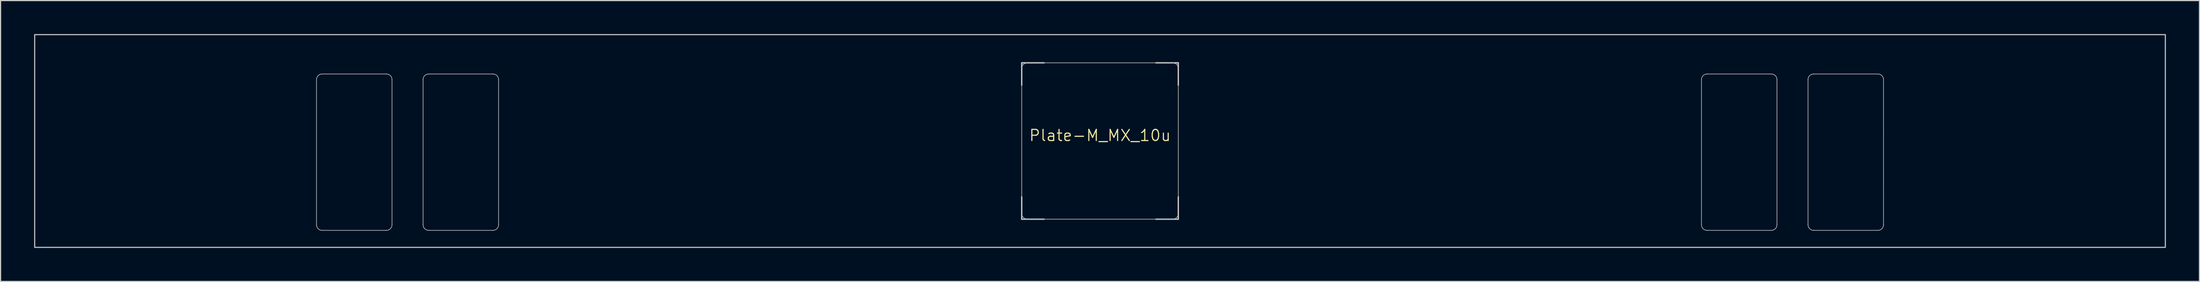
<source format=kicad_pcb>
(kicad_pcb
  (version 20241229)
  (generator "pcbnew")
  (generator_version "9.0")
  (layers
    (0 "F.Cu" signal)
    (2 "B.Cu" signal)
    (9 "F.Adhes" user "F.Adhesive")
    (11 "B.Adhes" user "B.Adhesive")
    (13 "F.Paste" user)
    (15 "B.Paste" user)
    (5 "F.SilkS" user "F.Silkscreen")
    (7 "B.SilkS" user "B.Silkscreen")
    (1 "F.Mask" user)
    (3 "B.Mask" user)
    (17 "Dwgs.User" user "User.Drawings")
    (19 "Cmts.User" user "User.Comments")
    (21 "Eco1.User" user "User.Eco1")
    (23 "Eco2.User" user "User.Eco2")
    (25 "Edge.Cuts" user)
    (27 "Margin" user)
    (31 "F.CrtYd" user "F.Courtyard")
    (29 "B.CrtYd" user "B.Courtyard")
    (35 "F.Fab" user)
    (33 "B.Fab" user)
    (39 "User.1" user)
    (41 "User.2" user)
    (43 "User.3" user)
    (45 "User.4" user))
  (footprint "Plate-M_MX_10u"
    (layer "F.Cu")
    (at 95.3 9.575)
    (property "Reference" "Plate-M_MX_10u" (at 0 -0.5 0) (unlocked yes) (layer "F.SilkS") (effects (font (size 1 1) (thickness 0.1))))
    (attr exclude_from_pos_files exclude_from_bom allow_missing_courtyard)
    (fp_line (start -70.05 -5.5) (end -70.05 7.5) (stroke (width 1.1) (type solid)) (layer "F.Mask"))
    (fp_line (start -69.55 -6) (end -63.8 -6) (stroke (width 1.1) (type solid)) (layer "F.Mask"))
    (fp_line (start -69.55 8) (end -63.8 8) (stroke (width 1.1) (type solid)) (layer "F.Mask"))
    (fp_line (start -63.3 -5.5) (end -63.3 7.5) (stroke (width 1.1) (type solid)) (layer "F.Mask"))
    (fp_line (start -60.525 -5.5) (end -60.525 7.5) (stroke (width 1.1) (type solid)) (layer "F.Mask"))
    (fp_line (start -60.025 -6) (end -54.275 -6) (stroke (width 1.1) (type solid)) (layer "F.Mask"))
    (fp_line (start -60.025 8) (end -54.275 8) (stroke (width 1.1) (type solid)) (layer "F.Mask"))
    (fp_line (start -53.775 -5.5) (end -53.775 7.5) (stroke (width 1.1) (type solid)) (layer "F.Mask"))
    (fp_line (start -7 -6.5) (end -7 6.5) (stroke (width 1.1) (type solid)) (layer "F.Mask"))
    (fp_line (start -6.5 7) (end 6.5 7) (stroke (width 1.1) (type solid)) (layer "F.Mask"))
    (fp_line (start 6.5 -7) (end -6.5 -7) (stroke (width 1.1) (type solid)) (layer "F.Mask"))
    (fp_line (start 7 6.5) (end 7 -6.5) (stroke (width 1.1) (type solid)) (layer "F.Mask"))
    (fp_line (start 53.775 -5.5) (end 53.775 7.5) (stroke (width 1.1) (type solid)) (layer "F.Mask"))
    (fp_line (start 54.275 -6) (end 60.025 -6) (stroke (width 1.1) (type solid)) (layer "F.Mask"))
    (fp_line (start 54.275 8) (end 60.025 8) (stroke (width 1.1) (type solid)) (layer "F.Mask"))
    (fp_line (start 60.525 -5.5) (end 60.525 7.5) (stroke (width 1.1) (type solid)) (layer "F.Mask"))
    (fp_line (start 63.3 -5.5) (end 63.3 7.5) (stroke (width 1.1) (type solid)) (layer "F.Mask"))
    (fp_line (start 63.8 -6) (end 69.55 -6) (stroke (width 1.1) (type solid)) (layer "F.Mask"))
    (fp_line (start 63.8 8) (end 69.55 8) (stroke (width 1.1) (type solid)) (layer "F.Mask"))
    (fp_line (start 70.05 -5.5) (end 70.05 7.5) (stroke (width 1.1) (type solid)) (layer "F.Mask"))
    (fp_arc (start -70.05 -5.499999) (mid -69.903553 -5.853552) (end -69.55 -5.999999) (stroke (width 1.1) (type solid)) (layer "F.Mask"))
    (fp_arc (start -69.55 8.000001) (mid -69.903553 7.853554) (end -70.05 7.500001) (stroke (width 1.1) (type solid)) (layer "F.Mask"))
    (fp_arc (start -63.8 -5.999999) (mid -63.446447 -5.853552) (end -63.3 -5.499999) (stroke (width 1.1) (type solid)) (layer "F.Mask"))
    (fp_arc (start -63.3 7.500001) (mid -63.446447 7.853554) (end -63.8 8.000001) (stroke (width 1.1) (type solid)) (layer "F.Mask"))
    (fp_arc (start -60.525 -5.499999) (mid -60.378553 -5.853552) (end -60.025 -5.999999) (stroke (width 1.1) (type solid)) (layer "F.Mask"))
    (fp_arc (start -60.025 8.000001) (mid -60.378553 7.853554) (end -60.525 7.500001) (stroke (width 1.1) (type solid)) (layer "F.Mask"))
    (fp_arc (start -54.275 -5.999999) (mid -53.921447 -5.853552) (end -53.775 -5.499999) (stroke (width 1.1) (type solid)) (layer "F.Mask"))
    (fp_arc (start -53.775 7.500001) (mid -53.921447 7.853554) (end -54.275 8.000001) (stroke (width 1.1) (type solid)) (layer "F.Mask"))
    (fp_arc (start -7 -6.5) (mid -6.853554 -6.853554) (end -6.5 -7) (stroke (width 1.1) (type solid)) (layer "F.Mask"))
    (fp_arc (start -6.497236 6.998884) (mid -6.85079 6.852438) (end -6.997236 6.498884) (stroke (width 1.1) (type solid)) (layer "F.Mask"))
    (fp_arc (start 6.5 -7) (mid 6.853554 -6.853554) (end 7 -6.5) (stroke (width 1.1) (type solid)) (layer "F.Mask"))
    (fp_arc (start 7 6.5) (mid 6.853554 6.853554) (end 6.5 7) (stroke (width 1.1) (type solid)) (layer "F.Mask"))
    (fp_arc (start 53.775 -5.499999) (mid 53.921447 -5.853552) (end 54.275 -5.999999) (stroke (width 1.1) (type solid)) (layer "F.Mask"))
    (fp_arc (start 54.275 8.000001) (mid 53.921447 7.853554) (end 53.775 7.500001) (stroke (width 1.1) (type solid)) (layer "F.Mask"))
    (fp_arc (start 60.025 -5.999999) (mid 60.378553 -5.853552) (end 60.525 -5.499999) (stroke (width 1.1) (type solid)) (layer "F.Mask"))
    (fp_arc (start 60.525 7.500001) (mid 60.378553 7.853554) (end 60.025 8.000001) (stroke (width 1.1) (type solid)) (layer "F.Mask"))
    (fp_arc (start 63.3 -5.499999) (mid 63.446447 -5.853552) (end 63.8 -5.999999) (stroke (width 1.1) (type solid)) (layer "F.Mask"))
    (fp_arc (start 63.8 8.000001) (mid 63.446447 7.853554) (end 63.3 7.500001) (stroke (width 1.1) (type solid)) (layer "F.Mask"))
    (fp_arc (start 69.55 -5.999999) (mid 69.903553 -5.853552) (end 70.05 -5.499999) (stroke (width 1.1) (type solid)) (layer "F.Mask"))
    (fp_arc (start 70.05 7.500001) (mid 69.903553 7.853554) (end 69.55 8.000001) (stroke (width 1.1) (type solid)) (layer "F.Mask"))
    (fp_line (start -70.05 -5.5) (end -70.05 7.5) (stroke (width 1.1) (type solid)) (layer "B.Mask"))
    (fp_line (start -63.8 -6) (end -69.55 -6) (stroke (width 1.1) (type solid)) (layer "B.Mask"))
    (fp_line (start -63.8 8) (end -69.55 8) (stroke (width 1.1) (type solid)) (layer "B.Mask"))
    (fp_line (start -63.3 -5.5) (end -63.3 7.5) (stroke (width 1.1) (type solid)) (layer "B.Mask"))
    (fp_line (start -60.525 -5.5) (end -60.525 7.5) (stroke (width 1.1) (type solid)) (layer "B.Mask"))
    (fp_line (start -54.275 -6) (end -60.025 -6) (stroke (width 1.1) (type solid)) (layer "B.Mask"))
    (fp_line (start -54.275 8) (end -60.025 8) (stroke (width 1.1) (type solid)) (layer "B.Mask"))
    (fp_line (start -53.775 -5.5) (end -53.775 7.5) (stroke (width 1.1) (type solid)) (layer "B.Mask"))
    (fp_line (start -7 6.5) (end -7 -6.5) (stroke (width 1.1) (type solid)) (layer "B.Mask"))
    (fp_line (start -6.5 -7) (end 6.5 -7) (stroke (width 1.1) (type solid)) (layer "B.Mask"))
    (fp_line (start 6.5 7) (end -6.5 7) (stroke (width 1.1) (type solid)) (layer "B.Mask"))
    (fp_line (start 7 -6.5) (end 7 6.5) (stroke (width 1.1) (type solid)) (layer "B.Mask"))
    (fp_line (start 53.775 -5.5) (end 53.775 7.5) (stroke (width 1.1) (type solid)) (layer "B.Mask"))
    (fp_line (start 60.025 -6) (end 54.275 -6) (stroke (width 1.1) (type solid)) (layer "B.Mask"))
    (fp_line (start 60.025 8) (end 54.275 8) (stroke (width 1.1) (type solid)) (layer "B.Mask"))
    (fp_line (start 60.525 -5.5) (end 60.525 7.5) (stroke (width 1.1) (type solid)) (layer "B.Mask"))
    (fp_line (start 63.3 -5.5) (end 63.3 7.5) (stroke (width 1.1) (type solid)) (layer "B.Mask"))
    (fp_line (start 69.55 -6) (end 63.8 -6) (stroke (width 1.1) (type solid)) (layer "B.Mask"))
    (fp_line (start 69.55 8) (end 63.8 8) (stroke (width 1.1) (type solid)) (layer "B.Mask"))
    (fp_line (start 70.05 -5.5) (end 70.05 7.5) (stroke (width 1.1) (type solid)) (layer "B.Mask"))
    (fp_arc (start -70.05 -5.499999) (mid -69.903553 -5.853552) (end -69.55 -5.999999) (stroke (width 1.1) (type solid)) (layer "B.Mask"))
    (fp_arc (start -69.55 8.000001) (mid -69.903553 7.853554) (end -70.05 7.500001) (stroke (width 1.1) (type solid)) (layer "B.Mask"))
    (fp_arc (start -63.8 -5.999999) (mid -63.446447 -5.853552) (end -63.3 -5.499999) (stroke (width 1.1) (type solid)) (layer "B.Mask"))
    (fp_arc (start -63.3 7.500001) (mid -63.446447 7.853554) (end -63.8 8.000001) (stroke (width 1.1) (type solid)) (layer "B.Mask"))
    (fp_arc (start -60.525 -5.499999) (mid -60.378553 -5.853552) (end -60.025 -5.999999) (stroke (width 1.1) (type solid)) (layer "B.Mask"))
    (fp_arc (start -60.025 8.000001) (mid -60.378553 7.853554) (end -60.525 7.500001) (stroke (width 1.1) (type solid)) (layer "B.Mask"))
    (fp_arc (start -54.275 -5.999999) (mid -53.921447 -5.853552) (end -53.775 -5.499999) (stroke (width 1.1) (type solid)) (layer "B.Mask"))
    (fp_arc (start -53.775 7.500001) (mid -53.921447 7.853554) (end -54.275 8.000001) (stroke (width 1.1) (type solid)) (layer "B.Mask"))
    (fp_arc (start -7 -6.5) (mid -6.853553 -6.853553) (end -6.5 -7) (stroke (width 1.1) (type solid)) (layer "B.Mask"))
    (fp_arc (start -6.5 7) (mid -6.853553 6.853553) (end -7 6.5) (stroke (width 1.1) (type solid)) (layer "B.Mask"))
    (fp_arc (start 6.5 -7) (mid 6.853554 -6.853554) (end 7 -6.5) (stroke (width 1.1) (type solid)) (layer "B.Mask"))
    (fp_arc (start 6.997236 6.498884) (mid 6.85079 6.852438) (end 6.497236 6.998884) (stroke (width 1.1) (type solid)) (layer "B.Mask"))
    (fp_arc (start 53.775 -5.499999) (mid 53.921447 -5.853552) (end 54.275 -5.999999) (stroke (width 1.1) (type solid)) (layer "B.Mask"))
    (fp_arc (start 54.275 8.000001) (mid 53.921447 7.853554) (end 53.775 7.500001) (stroke (width 1.1) (type solid)) (layer "B.Mask"))
    (fp_arc (start 60.025 -5.999999) (mid 60.378553 -5.853552) (end 60.525 -5.499999) (stroke (width 1.1) (type solid)) (layer "B.Mask"))
    (fp_arc (start 60.525 7.500001) (mid 60.378553 7.853554) (end 60.025 8.000001) (stroke (width 1.1) (type solid)) (layer "B.Mask"))
    (fp_arc (start 63.3 -5.499999) (mid 63.446447 -5.853552) (end 63.8 -5.999999) (stroke (width 1.1) (type solid)) (layer "B.Mask"))
    (fp_arc (start 63.8 8.000001) (mid 63.446447 7.853554) (end 63.3 7.500001) (stroke (width 1.1) (type solid)) (layer "B.Mask"))
    (fp_arc (start 69.55 -5.999999) (mid 69.903553 -5.853552) (end 70.05 -5.499999) (stroke (width 1.1) (type solid)) (layer "B.Mask"))
    (fp_arc (start 70.05 7.500001) (mid 69.903553 7.853554) (end 69.55 8.000001) (stroke (width 1.1) (type solid)) (layer "B.Mask"))
    (fp_line (start -7 -7) (end -5 -7) (stroke (width 0.12) (type solid)) (layer "Dwgs.User"))
    (fp_line (start -7 -5) (end -7 -7) (stroke (width 0.12) (type solid)) (layer "Dwgs.User"))
    (fp_line (start -7 7) (end -7 5) (stroke (width 0.12) (type solid)) (layer "Dwgs.User"))
    (fp_line (start -5 7) (end -7 7) (stroke (width 0.12) (type solid)) (layer "Dwgs.User"))
    (fp_line (start 5 -7) (end 7 -7) (stroke (width 0.12) (type solid)) (layer "Dwgs.User"))
    (fp_line (start 5 7) (end 7 7) (stroke (width 0.12) (type solid)) (layer "Dwgs.User"))
    (fp_line (start 7 -7) (end 7 -5) (stroke (width 0.12) (type solid)) (layer "Dwgs.User"))
    (fp_line (start 7 7) (end 7 5) (stroke (width 0.12) (type solid)) (layer "Dwgs.User"))
    (fp_rect (start -95.25 -9.525) (end 95.25 9.525) (stroke (width 0.1) (type solid)) (fill no) (layer "Dwgs.User"))
    (fp_line (start -70.05 -5.5) (end -70.05 7.5) (stroke (width 0.05) (type solid)) (layer "Edge.Cuts"))
    (fp_line (start -69.55 -6) (end -63.8 -6) (stroke (width 0.05) (type solid)) (layer "Edge.Cuts"))
    (fp_line (start -69.55 8) (end -63.8 8) (stroke (width 0.05) (type solid)) (layer "Edge.Cuts"))
    (fp_line (start -63.3 -5.5) (end -63.3 7.5) (stroke (width 0.05) (type solid)) (layer "Edge.Cuts"))
    (fp_line (start -60.525 -5.5) (end -60.525 7.5) (stroke (width 0.05) (type solid)) (layer "Edge.Cuts"))
    (fp_line (start -60.025 -6) (end -54.275 -6) (stroke (width 0.05) (type solid)) (layer "Edge.Cuts"))
    (fp_line (start -60.025 8) (end -54.275 8) (stroke (width 0.05) (type solid)) (layer "Edge.Cuts"))
    (fp_line (start -53.775 -5.5) (end -53.775 7.5) (stroke (width 0.05) (type solid)) (layer "Edge.Cuts"))
    (fp_line (start -7 -6.5) (end -7 6.5) (stroke (width 0.05) (type solid)) (layer "Edge.Cuts"))
    (fp_line (start -6.5 7) (end 6.5 7) (stroke (width 0.05) (type solid)) (layer "Edge.Cuts"))
    (fp_line (start 6.5 -7) (end -6.5 -7) (stroke (width 0.05) (type solid)) (layer "Edge.Cuts"))
    (fp_line (start 7 6.5) (end 7 -6.5) (stroke (width 0.05) (type solid)) (layer "Edge.Cuts"))
    (fp_line (start 53.775 -5.5) (end 53.775 7.5) (stroke (width 0.05) (type solid)) (layer "Edge.Cuts"))
    (fp_line (start 54.275 -6) (end 60.025 -6) (stroke (width 0.05) (type solid)) (layer "Edge.Cuts"))
    (fp_line (start 54.275 8) (end 60.025 8) (stroke (width 0.05) (type solid)) (layer "Edge.Cuts"))
    (fp_line (start 60.525 -5.5) (end 60.525 7.5) (stroke (width 0.05) (type solid)) (layer "Edge.Cuts"))
    (fp_line (start 63.301 -5.5) (end 63.301 7.5) (stroke (width 0.05) (type solid)) (layer "Edge.Cuts"))
    (fp_line (start 63.801 -6) (end 69.549 -6) (stroke (width 0.05) (type solid)) (layer "Edge.Cuts"))
    (fp_line (start 63.801 8) (end 69.551 8) (stroke (width 0.05) (type solid)) (layer "Edge.Cuts"))
    (fp_line (start 70.049 -5.5) (end 70.051 7.5) (stroke (width 0.05) (type solid)) (layer "Edge.Cuts"))
    (fp_arc (start -70.05 -5.499999) (mid -69.903553 -5.853552) (end -69.55 -5.999999) (stroke (width 0.05) (type solid)) (layer "Edge.Cuts"))
    (fp_arc (start -69.55 8.000001) (mid -69.903553 7.853554) (end -70.05 7.500001) (stroke (width 0.05) (type solid)) (layer "Edge.Cuts"))
    (fp_arc (start -63.8 -5.999999) (mid -63.446447 -5.853552) (end -63.3 -5.499999) (stroke (width 0.05) (type solid)) (layer "Edge.Cuts"))
    (fp_arc (start -63.3 7.500001) (mid -63.446447 7.853554) (end -63.8 8.000001) (stroke (width 0.05) (type solid)) (layer "Edge.Cuts"))
    (fp_arc (start -60.525 -5.499999) (mid -60.378553 -5.853552) (end -60.025 -5.999999) (stroke (width 0.05) (type solid)) (layer "Edge.Cuts"))
    (fp_arc (start -60.025 8.000001) (mid -60.378553 7.853554) (end -60.525 7.500001) (stroke (width 0.05) (type solid)) (layer "Edge.Cuts"))
    (fp_arc (start -54.275 -5.999999) (mid -53.921447 -5.853552) (end -53.775 -5.499999) (stroke (width 0.05) (type solid)) (layer "Edge.Cuts"))
    (fp_arc (start -53.775 7.500001) (mid -53.921447 7.853554) (end -54.275 8.000001) (stroke (width 0.05) (type solid)) (layer "Edge.Cuts"))
    (fp_arc (start -7 -6.5) (mid -6.853553 -6.853553) (end -6.5 -7) (stroke (width 0.05) (type solid)) (layer "Edge.Cuts"))
    (fp_arc (start -6.497236 6.998884) (mid -6.850789 6.852437) (end -6.997236 6.498884) (stroke (width 0.05) (type solid)) (layer "Edge.Cuts"))
    (fp_arc (start 6.5 -7) (mid 6.853554 -6.853554) (end 7 -6.5) (stroke (width 0.05) (type solid)) (layer "Edge.Cuts"))
    (fp_arc (start 7 6.5) (mid 6.853554 6.853554) (end 6.5 7) (stroke (width 0.05) (type solid)) (layer "Edge.Cuts"))
    (fp_arc (start 53.775 -5.499999) (mid 53.921447 -5.853552) (end 54.275 -5.999999) (stroke (width 0.05) (type solid)) (layer "Edge.Cuts"))
    (fp_arc (start 54.275 8.000001) (mid 53.921447 7.853554) (end 53.775 7.500001) (stroke (width 0.05) (type solid)) (layer "Edge.Cuts"))
    (fp_arc (start 60.025 -5.999999) (mid 60.378553 -5.853552) (end 60.525 -5.499999) (stroke (width 0.05) (type solid)) (layer "Edge.Cuts"))
    (fp_arc (start 60.525 7.500001) (mid 60.378553 7.853554) (end 60.025 8.000001) (stroke (width 0.05) (type solid)) (layer "Edge.Cuts"))
    (fp_arc (start 63.300605 -5.499999) (mid 63.447052 -5.853551) (end 63.800605 -5.999999) (stroke (width 0.05) (type solid)) (layer "Edge.Cuts"))
    (fp_arc (start 63.800605 8.000001) (mid 63.447048 7.853556) (end 63.300605 7.500001) (stroke (width 0.05) (type solid)) (layer "Edge.Cuts"))
    (fp_arc (start 69.549394 -5.999999) (mid 69.902951 -5.853554) (end 70.049394 -5.499999) (stroke (width 0.05) (type solid)) (layer "Edge.Cuts"))
    (fp_arc (start 70.050605 7.500001) (mid 69.904158 7.853556) (end 69.550605 8.000001) (stroke (width 0.05) (type solid)) (layer "Edge.Cuts")))
  (gr_rect
    (start -3 -3)
    (end 193.6 22.15)
    (stroke (width 0.1) (type default))
    (fill no)
    (layer "Edge.Cuts")))
</source>
